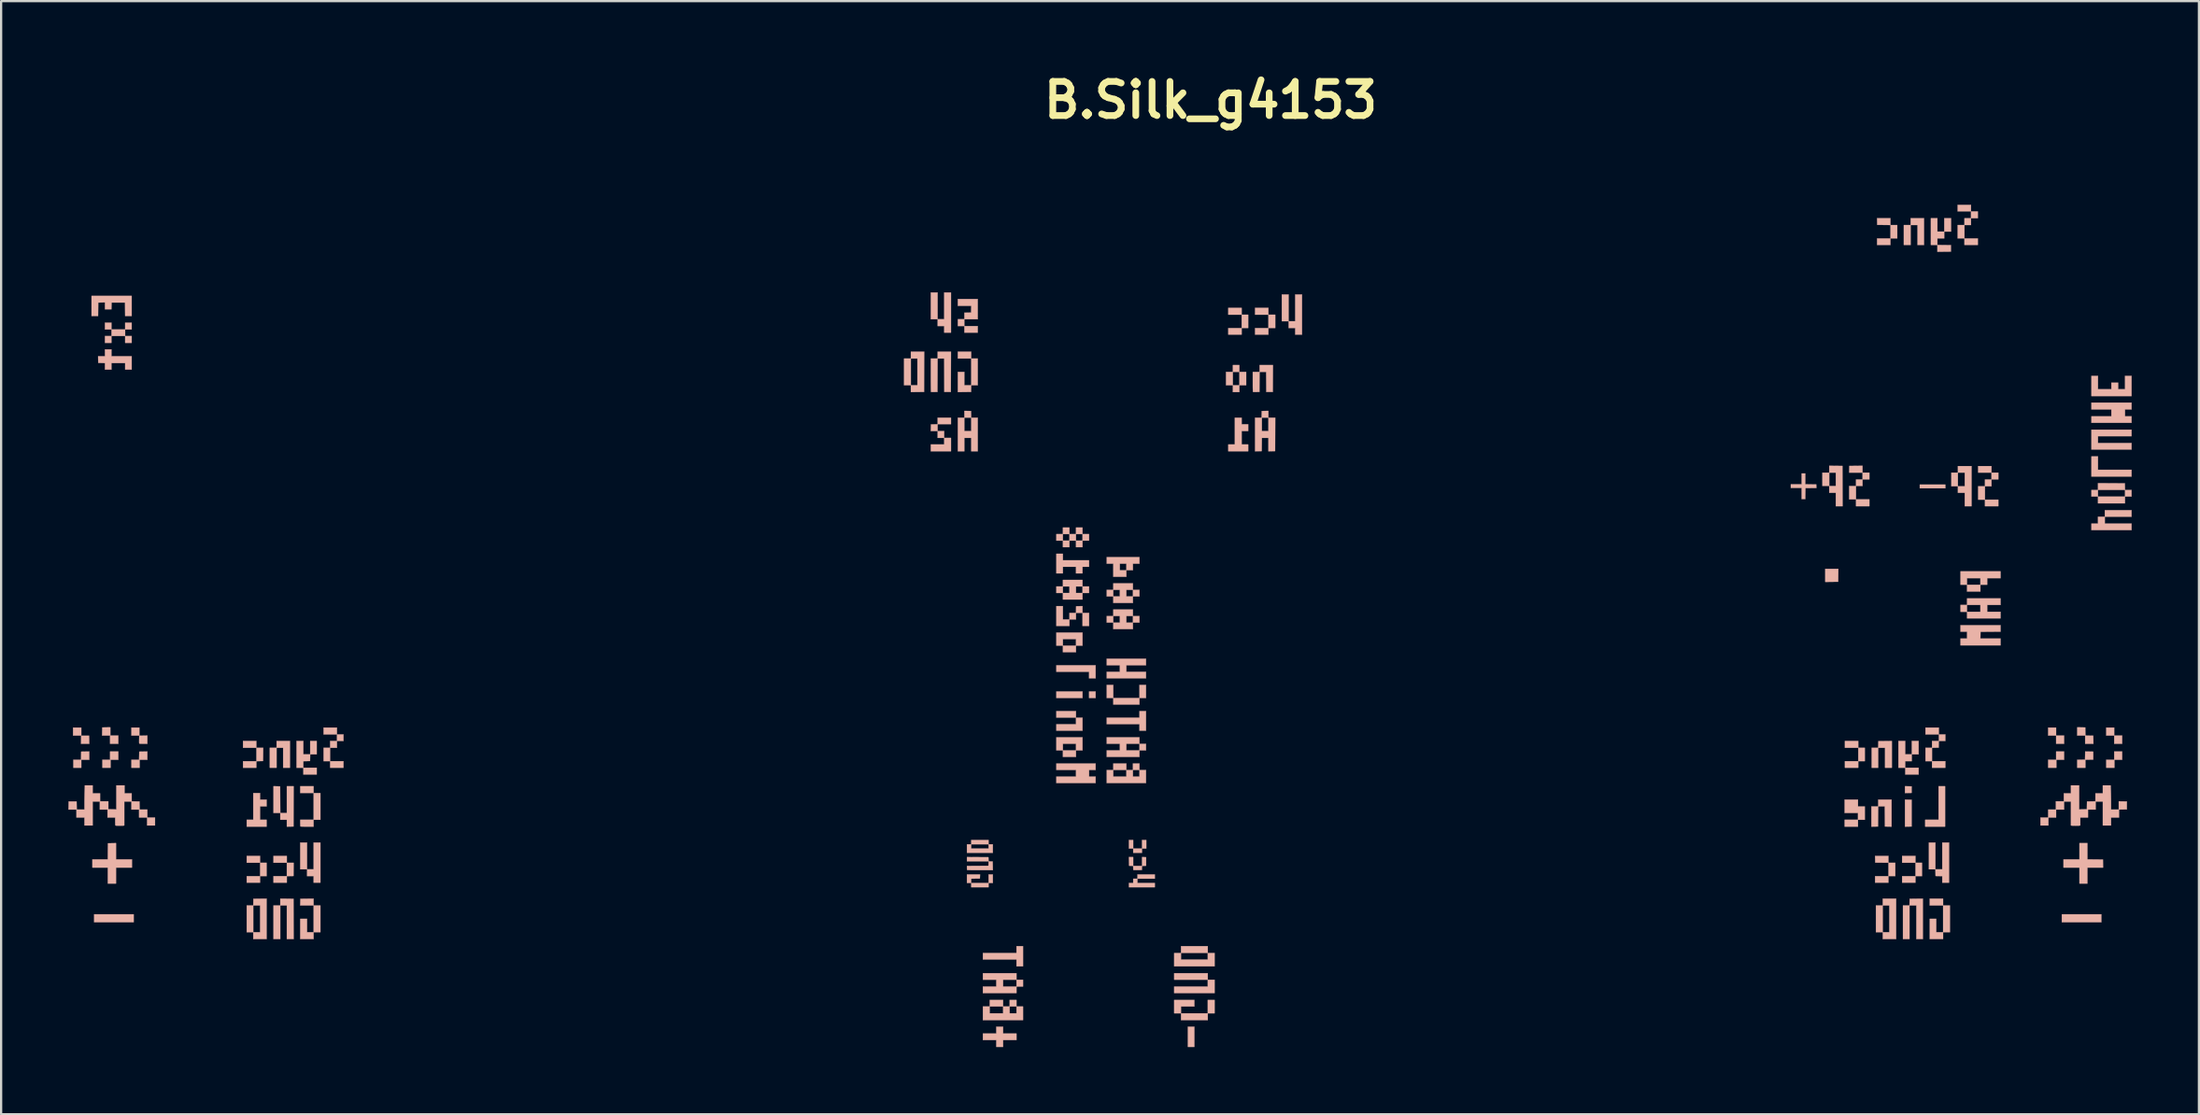
<source format=kicad_pcb>
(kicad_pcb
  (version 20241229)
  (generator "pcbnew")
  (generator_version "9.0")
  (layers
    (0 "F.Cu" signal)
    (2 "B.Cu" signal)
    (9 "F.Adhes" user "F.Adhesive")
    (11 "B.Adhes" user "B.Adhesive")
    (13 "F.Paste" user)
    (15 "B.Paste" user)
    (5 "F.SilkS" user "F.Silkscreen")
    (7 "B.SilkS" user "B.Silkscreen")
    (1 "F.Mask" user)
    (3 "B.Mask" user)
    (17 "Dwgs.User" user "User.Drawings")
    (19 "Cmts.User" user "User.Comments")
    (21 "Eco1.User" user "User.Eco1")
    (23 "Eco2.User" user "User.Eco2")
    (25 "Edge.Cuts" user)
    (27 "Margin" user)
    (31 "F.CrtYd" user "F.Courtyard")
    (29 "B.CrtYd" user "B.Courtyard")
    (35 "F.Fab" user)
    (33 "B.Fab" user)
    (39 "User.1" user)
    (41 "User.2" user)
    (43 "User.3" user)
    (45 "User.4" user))
  (footprint "B.Silk_g4153"
    (layer "F.Cu")
    (at 50.958 1.418)
    (property "Reference" "B.Silk_g4153" (at 0 0 0) (layer "F.SilkS") (effects (font (size 1.524 1.524) (thickness 0.3))))
    (attr through_hole)
    (fp_poly (pts (xy -50.381 28.359) (xy -50.749 28.359) (xy -50.749 28.003) (xy -50.381 28.003) (xy -50.381 28.359)) (stroke (width 0.01) (type solid)) (fill yes) (layer "B.SilkS"))
    (fp_poly (pts (xy -49.035 10.236) (xy -49.327 10.236) (xy -49.327 9.931) (xy -49.035 9.931) (xy -49.035 10.236)) (stroke (width 0.01) (type solid)) (fill yes) (layer "B.SilkS"))
    (fp_poly (pts (xy -49.035 10.833) (xy -49.327 10.833) (xy -49.327 10.528) (xy -49.035 10.528) (xy -49.035 10.833)) (stroke (width 0.01) (type solid)) (fill yes) (layer "B.SilkS"))
    (fp_poly (pts (xy -48.425 10.528) (xy -49.035 10.528) (xy -49.035 10.236) (xy -48.425 10.236) (xy -48.425 10.528)) (stroke (width 0.01) (type solid)) (fill yes) (layer "B.SilkS"))
    (fp_poly (pts (xy -48.133 10.236) (xy -48.425 10.236) (xy -48.425 9.931) (xy -48.133 9.931) (xy -48.133 10.236)) (stroke (width 0.01) (type solid)) (fill yes) (layer "B.SilkS"))
    (fp_poly (pts (xy -48.133 10.833) (xy -48.425 10.833) (xy -48.425 10.528) (xy -48.133 10.528) (xy -48.133 10.833)) (stroke (width 0.01) (type solid)) (fill yes) (layer "B.SilkS"))
    (fp_poly (pts (xy -48.044 36.69) (xy -49.809 36.69) (xy -49.809 36.335) (xy -48.044 36.335) (xy -48.044 36.69)) (stroke (width 0.01) (type solid)) (fill yes) (layer "B.SilkS"))
    (fp_poly (pts (xy -47.79 28.359) (xy -48.146 28.359) (xy -48.146 28.003) (xy -47.79 28.003) (xy -47.79 28.359)) (stroke (width 0.01) (type solid)) (fill yes) (layer "B.SilkS"))
    (fp_poly (pts (xy -42.57 28.905) (xy -43.167 28.905) (xy -43.167 28.6) (xy -42.57 28.6) (xy -42.57 28.905)) (stroke (width 0.01) (type solid)) (fill yes) (layer "B.SilkS"))
    (fp_poly (pts (xy -42.405 34.036) (xy -43.002 34.036) (xy -43.002 33.731) (xy -42.405 33.731) (xy -42.405 34.036)) (stroke (width 0.01) (type solid)) (fill yes) (layer "B.SilkS"))
    (fp_poly (pts (xy -42.405 34.925) (xy -43.002 34.925) (xy -43.002 34.633) (xy -42.405 34.633) (xy -42.405 34.925)) (stroke (width 0.01) (type solid)) (fill yes) (layer "B.SilkS"))
    (fp_poly (pts (xy -42.113 34.633) (xy -42.405 34.633) (xy -42.405 34.036) (xy -42.113 34.036) (xy -42.113 34.633)) (stroke (width 0.01) (type solid)) (fill yes) (layer "B.SilkS"))
    (fp_poly (pts (xy -41.669 29.794) (xy -41.974 29.794) (xy -41.974 28.905) (xy -41.669 28.905) (xy -41.669 29.794)) (stroke (width 0.01) (type solid)) (fill yes) (layer "B.SilkS"))
    (fp_poly (pts (xy -41.504 37.44) (xy -41.808 37.44) (xy -41.808 35.941) (xy -41.504 35.941) (xy -41.504 37.44)) (stroke (width 0.01) (type solid)) (fill yes) (layer "B.SilkS"))
    (fp_poly (pts (xy -41.212 34.036) (xy -41.808 34.036) (xy -41.808 33.731) (xy -41.212 33.731) (xy -41.212 34.036)) (stroke (width 0.01) (type solid)) (fill yes) (layer "B.SilkS"))
    (fp_poly (pts (xy -40.31 34.328) (xy -40.615 34.328) (xy -40.615 33.134) (xy -40.31 33.134) (xy -40.31 34.328)) (stroke (width 0.01) (type solid)) (fill yes) (layer "B.SilkS"))
    (fp_poly (pts (xy -40.018 30.924) (xy -40.615 30.924) (xy -40.615 30.62) (xy -40.018 30.62) (xy -40.018 30.924)) (stroke (width 0.01) (type solid)) (fill yes) (layer "B.SilkS"))
    (fp_poly (pts (xy -39.878 30.099) (xy -40.475 30.099) (xy -40.475 29.794) (xy -39.878 29.794) (xy -39.878 30.099)) (stroke (width 0.01) (type solid)) (fill yes) (layer "B.SilkS"))
    (fp_poly (pts (xy -39.713 32.118) (xy -40.018 32.118) (xy -40.018 30.924) (xy -39.713 30.924) (xy -39.713 32.118)) (stroke (width 0.01) (type solid)) (fill yes) (layer "B.SilkS"))
    (fp_poly (pts (xy -39.713 37.135) (xy -40.018 37.135) (xy -40.018 35.941) (xy -39.713 35.941) (xy -39.713 37.135)) (stroke (width 0.01) (type solid)) (fill yes) (layer "B.SilkS"))
    (fp_poly (pts (xy -39.281 29.502) (xy -39.573 29.502) (xy -39.573 28.905) (xy -39.281 28.905) (xy -39.281 29.502)) (stroke (width 0.01) (type solid)) (fill yes) (layer "B.SilkS"))
    (fp_poly (pts (xy -38.976 28.308) (xy -39.573 28.308) (xy -39.573 28.003) (xy -38.976 28.003) (xy -38.976 28.308)) (stroke (width 0.01) (type solid)) (fill yes) (layer "B.SilkS"))
    (fp_poly (pts (xy -38.976 28.905) (xy -39.281 28.905) (xy -39.281 28.6) (xy -38.976 28.6) (xy -38.976 28.905)) (stroke (width 0.01) (type solid)) (fill yes) (layer "B.SilkS"))
    (fp_poly (pts (xy -38.684 28.6) (xy -38.976 28.6) (xy -38.976 28.308) (xy -38.684 28.308) (xy -38.684 28.6)) (stroke (width 0.01) (type solid)) (fill yes) (layer "B.SilkS"))
    (fp_poly (pts (xy -38.684 29.794) (xy -39.281 29.794) (xy -39.281 29.502) (xy -38.684 29.502) (xy -38.684 29.794)) (stroke (width 0.01) (type solid)) (fill yes) (layer "B.SilkS"))
    (fp_poly (pts (xy -12.179 9.779) (xy -12.484 9.779) (xy -12.484 8.585) (xy -12.179 8.585) (xy -12.179 9.779)) (stroke (width 0.01) (type solid)) (fill yes) (layer "B.SilkS"))
    (fp_poly (pts (xy -11.887 15.075) (xy -12.179 15.075) (xy -12.179 14.77) (xy -11.887 14.77) (xy -11.887 15.075)) (stroke (width 0.01) (type solid)) (fill yes) (layer "B.SilkS"))
    (fp_poly (pts (xy -10.986 10.084) (xy -11.278 10.084) (xy -11.278 9.779) (xy -10.986 9.779) (xy -10.986 10.084)) (stroke (width 0.01) (type solid)) (fill yes) (layer "B.SilkS"))
    (fp_poly (pts (xy -10.681 11.532) (xy -11.278 11.532) (xy -11.278 11.227) (xy -10.681 11.227) (xy -10.681 11.532)) (stroke (width 0.01) (type solid)) (fill yes) (layer "B.SilkS"))
    (fp_poly (pts (xy -10.389 10.376) (xy -10.986 10.376) (xy -10.986 10.084) (xy -10.389 10.084) (xy -10.389 10.376)) (stroke (width 0.01) (type solid)) (fill yes) (layer "B.SilkS"))
    (fp_poly (pts (xy -9.906 35.128) (xy -10.681 35.128) (xy -10.681 34.938) (xy -9.906 34.938) (xy -9.906 35.128)) (stroke (width 0.01) (type solid)) (fill yes) (layer "B.SilkS"))
    (fp_poly (pts (xy -9.716 34.938) (xy -9.906 34.938) (xy -9.906 34.557) (xy -9.716 34.557) (xy -9.716 34.938)) (stroke (width 0.01) (type solid)) (fill yes) (layer "B.SilkS"))
    (fp_poly (pts (xy -6.007 27.559) (xy -6.883 27.559) (xy -6.883 27.267) (xy -6.007 27.267) (xy -6.007 27.559)) (stroke (width 0.01) (type solid)) (fill yes) (layer "B.SilkS"))
    (fp_poly (pts (xy -5.715 26.683) (xy -6.883 26.683) (xy -6.883 26.391) (xy -5.715 26.391) (xy -5.715 26.683)) (stroke (width 0.01) (type solid)) (fill yes) (layer "B.SilkS"))
    (fp_poly (pts (xy -5.423 23.47) (xy -5.715 23.47) (xy -5.715 22.885) (xy -5.423 22.885) (xy -5.423 23.47)) (stroke (width 0.01) (type solid)) (fill yes) (layer "B.SilkS"))
    (fp_poly (pts (xy -5.131 26.683) (xy -5.423 26.683) (xy -5.423 26.391) (xy -5.131 26.391) (xy -5.131 26.683)) (stroke (width 0.01) (type solid)) (fill yes) (layer "B.SilkS"))
    (fp_poly (pts (xy -4.343 26.683) (xy -4.636 26.683) (xy -4.636 26.099) (xy -4.343 26.099) (xy -4.343 26.683)) (stroke (width 0.01) (type solid)) (fill yes) (layer "B.SilkS"))
    (fp_poly (pts (xy -3.454 33.401) (xy -3.645 33.401) (xy -3.645 33.02) (xy -3.454 33.02) (xy -3.454 33.401)) (stroke (width 0.01) (type solid)) (fill yes) (layer "B.SilkS"))
    (fp_poly (pts (xy -3.175 26.975) (xy -4.343 26.975) (xy -4.343 26.683) (xy -3.175 26.683) (xy -3.175 26.975)) (stroke (width 0.01) (type solid)) (fill yes) (layer "B.SilkS"))
    (fp_poly (pts (xy -3.061 33.592) (xy -3.454 33.592) (xy -3.454 33.401) (xy -3.061 33.401) (xy -3.061 33.592)) (stroke (width 0.01) (type solid)) (fill yes) (layer "B.SilkS"))
    (fp_poly (pts (xy -2.883 26.683) (xy -3.175 26.683) (xy -3.175 26.099) (xy -2.883 26.099) (xy -2.883 26.683)) (stroke (width 0.01) (type solid)) (fill yes) (layer "B.SilkS"))
    (fp_poly (pts (xy -2.87 33.401) (xy -3.061 33.401) (xy -3.061 33.02) (xy -2.87 33.02) (xy -2.87 33.401)) (stroke (width 0.01) (type solid)) (fill yes) (layer "B.SilkS"))
    (fp_poly (pts (xy -2.489 34.747) (xy -3.264 34.747) (xy -3.264 34.557) (xy -2.489 34.557) (xy -2.489 34.747)) (stroke (width 0.01) (type solid)) (fill yes) (layer "B.SilkS"))
    (fp_poly (pts (xy -0.724 42.253) (xy -1.016 42.253) (xy -1.016 41.351) (xy -0.724 41.351) (xy -0.724 42.253)) (stroke (width 0.01) (type solid)) (fill yes) (layer "B.SilkS"))
    (fp_poly (pts (xy -0.127 39.256) (xy -1.626 39.256) (xy -1.626 38.964) (xy -0.127 38.964) (xy -0.127 39.256)) (stroke (width 0.01) (type solid)) (fill yes) (layer "B.SilkS"))
    (fp_poly (pts (xy -0.127 41.059) (xy -1.321 41.059) (xy -1.321 40.754) (xy -0.127 40.754) (xy -0.127 41.059)) (stroke (width 0.01) (type solid)) (fill yes) (layer "B.SilkS"))
    (fp_poly (pts (xy 0.178 40.754) (xy -0.127 40.754) (xy -0.127 40.157) (xy 0.178 40.157) (xy 0.178 40.754)) (stroke (width 0.01) (type solid)) (fill yes) (layer "B.SilkS"))
    (fp_poly (pts (xy 1.384 9.576) (xy 0.787 9.576) (xy 0.787 9.271) (xy 1.384 9.271) (xy 1.384 9.576)) (stroke (width 0.01) (type solid)) (fill yes) (layer "B.SilkS"))
    (fp_poly (pts (xy 1.384 10.465) (xy 0.787 10.465) (xy 0.787 10.173) (xy 1.384 10.173) (xy 1.384 10.465)) (stroke (width 0.01) (type solid)) (fill yes) (layer "B.SilkS"))
    (fp_poly (pts (xy 1.676 10.173) (xy 1.384 10.173) (xy 1.384 9.576) (xy 1.676 9.576) (xy 1.676 10.173)) (stroke (width 0.01) (type solid)) (fill yes) (layer "B.SilkS"))
    (fp_poly (pts (xy 2.578 9.576) (xy 1.981 9.576) (xy 1.981 9.271) (xy 2.578 9.271) (xy 2.578 9.576)) (stroke (width 0.01) (type solid)) (fill yes) (layer "B.SilkS"))
    (fp_poly (pts (xy 2.578 10.465) (xy 1.981 10.465) (xy 1.981 10.173) (xy 2.578 10.173) (xy 2.578 10.465)) (stroke (width 0.01) (type solid)) (fill yes) (layer "B.SilkS"))
    (fp_poly (pts (xy 2.883 10.173) (xy 2.578 10.173) (xy 2.578 9.576) (xy 2.883 9.576) (xy 2.883 10.173)) (stroke (width 0.01) (type solid)) (fill yes) (layer "B.SilkS"))
    (fp_poly (pts (xy 3.48 9.868) (xy 3.175 9.868) (xy 3.175 8.674) (xy 3.48 8.674) (xy 3.48 9.868)) (stroke (width 0.01) (type solid)) (fill yes) (layer "B.SilkS"))
    (fp_poly (pts (xy 27.997 21.495) (xy 27.419 21.502) (xy 27.419 20.917) (xy 28.004 20.917) (xy 27.997 21.495)) (stroke (width 0.01) (type solid)) (fill yes) (layer "B.SilkS"))
    (fp_poly (pts (xy 28.791 17.818) (xy 28.486 17.818) (xy 28.486 17.221) (xy 28.791 17.221) (xy 28.791 17.818)) (stroke (width 0.01) (type solid)) (fill yes) (layer "B.SilkS"))
    (fp_poly (pts (xy 28.88 32.423) (xy 28.283 32.423) (xy 28.283 32.118) (xy 28.88 32.118) (xy 28.88 32.423)) (stroke (width 0.01) (type solid)) (fill yes) (layer "B.SilkS"))
    (fp_poly (pts (xy 28.892 28.905) (xy 28.296 28.905) (xy 28.296 28.6) (xy 28.892 28.6) (xy 28.892 28.905)) (stroke (width 0.01) (type solid)) (fill yes) (layer "B.SilkS"))
    (fp_poly (pts (xy 28.892 29.794) (xy 28.296 29.794) (xy 28.296 29.502) (xy 28.892 29.502) (xy 28.892 29.794)) (stroke (width 0.01) (type solid)) (fill yes) (layer "B.SilkS"))
    (fp_poly (pts (xy 29.083 17.221) (xy 28.791 17.221) (xy 28.791 16.929) (xy 29.083 16.929) (xy 29.083 17.221)) (stroke (width 0.01) (type solid)) (fill yes) (layer "B.SilkS"))
    (fp_poly (pts (xy 29.185 29.502) (xy 28.892 29.502) (xy 28.892 28.905) (xy 29.185 28.905) (xy 29.185 29.502)) (stroke (width 0.01) (type solid)) (fill yes) (layer "B.SilkS"))
    (fp_poly (pts (xy 29.388 16.929) (xy 29.083 16.929) (xy 29.083 16.624) (xy 29.388 16.624) (xy 29.388 16.929)) (stroke (width 0.01) (type solid)) (fill yes) (layer "B.SilkS"))
    (fp_poly (pts (xy 29.388 18.123) (xy 28.791 18.123) (xy 28.791 17.818) (xy 29.388 17.818) (xy 29.388 18.123)) (stroke (width 0.01) (type solid)) (fill yes) (layer "B.SilkS"))
    (fp_poly (pts (xy 30.239 34.925) (xy 29.642 34.925) (xy 29.642 34.633) (xy 30.239 34.633) (xy 30.239 34.925)) (stroke (width 0.01) (type solid)) (fill yes) (layer "B.SilkS"))
    (fp_poly (pts (xy 30.328 6.464) (xy 29.731 6.464) (xy 29.731 6.172) (xy 30.328 6.172) (xy 30.328 6.464)) (stroke (width 0.01) (type solid)) (fill yes) (layer "B.SilkS"))
    (fp_poly (pts (xy 31.229 6.464) (xy 30.924 6.464) (xy 30.924 5.575) (xy 31.229 5.575) (xy 31.229 6.464)) (stroke (width 0.01) (type solid)) (fill yes) (layer "B.SilkS"))
    (fp_poly (pts (xy 31.445 34.036) (xy 30.848 34.036) (xy 30.848 33.731) (xy 31.445 33.731) (xy 31.445 34.036)) (stroke (width 0.01) (type solid)) (fill yes) (layer "B.SilkS"))
    (fp_poly (pts (xy 31.445 34.925) (xy 30.848 34.925) (xy 30.848 34.633) (xy 31.445 34.633) (xy 31.445 34.925)) (stroke (width 0.01) (type solid)) (fill yes) (layer "B.SilkS"))
    (fp_poly (pts (xy 31.585 29.197) (xy 31.28 29.197) (xy 31.28 28.6) (xy 31.585 28.6) (xy 31.585 29.197)) (stroke (width 0.01) (type solid)) (fill yes) (layer "B.SilkS"))
    (fp_poly (pts (xy 31.585 30.099) (xy 30.988 30.099) (xy 30.988 29.794) (xy 31.585 29.794) (xy 31.585 30.099)) (stroke (width 0.01) (type solid)) (fill yes) (layer "B.SilkS"))
    (fp_poly (pts (xy 31.737 34.633) (xy 31.445 34.633) (xy 31.445 34.036) (xy 31.737 34.036) (xy 31.737 34.633)) (stroke (width 0.01) (type solid)) (fill yes) (layer "B.SilkS"))
    (fp_poly (pts (xy 32.487 28.308) (xy 31.89 28.308) (xy 31.89 28.003) (xy 32.487 28.003) (xy 32.487 28.308)) (stroke (width 0.01) (type solid)) (fill yes) (layer "B.SilkS"))
    (fp_poly (pts (xy 32.677 35.941) (xy 32.08 35.941) (xy 32.08 35.636) (xy 32.677 35.636) (xy 32.677 35.941)) (stroke (width 0.01) (type solid)) (fill yes) (layer "B.SilkS"))
    (fp_poly (pts (xy 32.779 17.323) (xy 31.636 17.323) (xy 31.636 17.158) (xy 32.779 17.158) (xy 32.779 17.323)) (stroke (width 0.01) (type solid)) (fill yes) (layer "B.SilkS"))
    (fp_poly (pts (xy 32.779 29.794) (xy 32.182 29.794) (xy 32.182 29.502) (xy 32.779 29.502) (xy 32.779 29.794)) (stroke (width 0.01) (type solid)) (fill yes) (layer "B.SilkS"))
    (fp_poly (pts (xy 32.982 37.135) (xy 32.677 37.135) (xy 32.677 35.941) (xy 32.982 35.941) (xy 32.982 37.135)) (stroke (width 0.01) (type solid)) (fill yes) (layer "B.SilkS"))
    (fp_poly (pts (xy 33.033 5.867) (xy 32.728 5.867) (xy 32.728 5.271) (xy 33.033 5.271) (xy 33.033 5.867)) (stroke (width 0.01) (type solid)) (fill yes) (layer "B.SilkS"))
    (fp_poly (pts (xy 33.63 6.172) (xy 33.325 6.172) (xy 33.325 5.575) (xy 33.63 5.575) (xy 33.63 6.172)) (stroke (width 0.01) (type solid)) (fill yes) (layer "B.SilkS"))
    (fp_poly (pts (xy 33.922 4.966) (xy 33.325 4.966) (xy 33.325 4.674) (xy 33.922 4.674) (xy 33.922 4.966)) (stroke (width 0.01) (type solid)) (fill yes) (layer "B.SilkS"))
    (fp_poly (pts (xy 33.922 5.575) (xy 33.63 5.575) (xy 33.63 5.271) (xy 33.922 5.271) (xy 33.922 5.575)) (stroke (width 0.01) (type solid)) (fill yes) (layer "B.SilkS"))
    (fp_poly (pts (xy 34.227 5.271) (xy 33.922 5.271) (xy 33.922 4.966) (xy 34.227 4.966) (xy 34.227 5.271)) (stroke (width 0.01) (type solid)) (fill yes) (layer "B.SilkS"))
    (fp_poly (pts (xy 34.227 6.464) (xy 33.63 6.464) (xy 33.63 6.172) (xy 34.227 6.172) (xy 34.227 6.464)) (stroke (width 0.01) (type solid)) (fill yes) (layer "B.SilkS"))
    (fp_poly (pts (xy 34.544 17.831) (xy 34.239 17.831) (xy 34.239 17.234) (xy 34.544 17.234) (xy 34.544 17.831)) (stroke (width 0.01) (type solid)) (fill yes) (layer "B.SilkS"))
    (fp_poly (pts (xy 34.836 16.624) (xy 34.239 16.624) (xy 34.239 16.332) (xy 34.836 16.332) (xy 34.836 16.624)) (stroke (width 0.01) (type solid)) (fill yes) (layer "B.SilkS"))
    (fp_poly (pts (xy 34.836 17.234) (xy 34.544 17.234) (xy 34.544 16.929) (xy 34.836 16.929) (xy 34.836 17.234)) (stroke (width 0.01) (type solid)) (fill yes) (layer "B.SilkS"))
    (fp_poly (pts (xy 35.141 16.929) (xy 34.836 16.929) (xy 34.836 16.624) (xy 35.141 16.624) (xy 35.141 16.929)) (stroke (width 0.01) (type solid)) (fill yes) (layer "B.SilkS"))
    (fp_poly (pts (xy 35.141 18.123) (xy 34.544 18.123) (xy 34.544 17.831) (xy 35.141 17.831) (xy 35.141 18.123)) (stroke (width 0.01) (type solid)) (fill yes) (layer "B.SilkS"))
    (fp_poly (pts (xy 37.719 28.359) (xy 37.363 28.359) (xy 37.363 28.003) (xy 37.719 28.003) (xy 37.719 28.359)) (stroke (width 0.01) (type solid)) (fill yes) (layer "B.SilkS"))
    (fp_poly (pts (xy 38.075 28.727) (xy 37.719 28.727) (xy 37.719 28.359) (xy 38.075 28.359) (xy 38.075 28.727)) (stroke (width 0.01) (type solid)) (fill yes) (layer "B.SilkS"))
    (fp_poly (pts (xy 39.738 36.69) (xy 37.973 36.69) (xy 37.973 36.335) (xy 39.738 36.335) (xy 39.738 36.69)) (stroke (width 0.01) (type solid)) (fill yes) (layer "B.SilkS"))
    (fp_poly (pts (xy 40.31 28.359) (xy 39.954 28.359) (xy 39.954 28.003) (xy 40.31 28.003) (xy 40.31 28.359)) (stroke (width 0.01) (type solid)) (fill yes) (layer "B.SilkS"))
    (fp_poly (pts (xy 40.665 28.727) (xy 40.31 28.727) (xy 40.31 28.359) (xy 40.665 28.359) (xy 40.665 28.727)) (stroke (width 0.01) (type solid)) (fill yes) (layer "B.SilkS"))
    (fp_poly (pts (xy 41.084 18.593) (xy 39.891 18.593) (xy 39.891 18.301) (xy 41.084 18.301) (xy 41.084 18.593)) (stroke (width 0.01) (type solid)) (fill yes) (layer "B.SilkS"))
    (fp_poly (pts (xy -50.028 28.546) (xy -50.025 28.727) (xy -50.394 28.727) (xy -50.387 28.365) (xy -50.032 28.365) (xy -50.028 28.546)) (stroke (width 0.01) (type solid)) (fill yes) (layer "B.SilkS"))
    (fp_poly (pts (xy 31.125 30.622) (xy 31.274 30.626) (xy 31.274 30.918) (xy 30.975 30.925) (xy 30.975 30.619) (xy 31.125 30.622)) (stroke (width 0.01) (type solid)) (fill yes) (layer "B.SilkS"))
    (fp_poly (pts (xy 31.125 31.219) (xy 31.274 31.223) (xy 31.274 32.417) (xy 30.975 32.424) (xy 30.975 31.216) (xy 31.125 31.219)) (stroke (width 0.01) (type solid)) (fill yes) (layer "B.SilkS"))
    (fp_poly (pts (xy -41.669 28.6) (xy -41.072 28.6) (xy -41.072 29.794) (xy -41.377 29.794) (xy -41.377 28.905) (xy -41.669 28.905) (xy -41.669 28.6)) (stroke (width 0.01) (type solid)) (fill yes) (layer "B.SilkS"))
    (fp_poly (pts (xy -40.31 37.135) (xy -40.018 37.135) (xy -40.018 37.44) (xy -40.615 37.44) (xy -40.615 36.538) (xy -40.31 36.538) (xy -40.31 37.135)) (stroke (width 0.01) (type solid)) (fill yes) (layer "B.SilkS"))
    (fp_poly (pts (xy -40.018 35.941) (xy -40.615 35.941) (xy -40.612 35.792) (xy -40.608 35.643) (xy -40.313 35.639) (xy -40.018 35.636) (xy -40.018 35.941)) (stroke (width 0.01) (type solid)) (fill yes) (layer "B.SilkS"))
    (fp_poly (pts (xy -11.582 15.672) (xy -12.484 15.672) (xy -12.484 15.367) (xy -11.887 15.367) (xy -11.887 15.075) (xy -11.582 15.075) (xy -11.582 15.672)) (stroke (width 0.01) (type solid)) (fill yes) (layer "B.SilkS"))
    (fp_poly (pts (xy -6.591 23.177) (xy -6.299 23.177) (xy -6.299 23.47) (xy -6.883 23.47) (xy -6.883 22.581) (xy -6.591 22.581) (xy -6.591 23.177)) (stroke (width 0.01) (type solid)) (fill yes) (layer "B.SilkS"))
    (fp_poly (pts (xy -5.715 28.143) (xy -6.883 28.143) (xy -6.883 27.851) (xy -6.007 27.851) (xy -6.007 27.559) (xy -5.715 27.559) (xy -5.715 28.143)) (stroke (width 0.01) (type solid)) (fill yes) (layer "B.SilkS"))
    (fp_poly (pts (xy -5.131 25.806) (xy -5.423 25.806) (xy -5.423 25.514) (xy -6.883 25.514) (xy -6.883 25.222) (xy -5.131 25.222) (xy -5.131 25.806)) (stroke (width 0.01) (type solid)) (fill yes) (layer "B.SilkS"))
    (fp_poly (pts (xy -0.724 40.45) (xy -1.321 40.45) (xy -1.321 40.754) (xy -1.626 40.754) (xy -1.626 40.157) (xy -0.724 40.157) (xy -0.724 40.45)) (stroke (width 0.01) (type solid)) (fill yes) (layer "B.SilkS"))
    (fp_poly (pts (xy 0.178 39.853) (xy -1.626 39.853) (xy -1.626 39.56) (xy -0.127 39.56) (xy -0.127 39.256) (xy 0.178 39.256) (xy 0.178 39.853)) (stroke (width 0.01) (type solid)) (fill yes) (layer "B.SilkS"))
    (fp_poly (pts (xy 29.083 16.624) (xy 28.485 16.624) (xy 28.489 16.475) (xy 28.492 16.326) (xy 28.788 16.322) (xy 29.083 16.319) (xy 29.083 16.624)) (stroke (width 0.01) (type solid)) (fill yes) (layer "B.SilkS"))
    (fp_poly (pts (xy 31.229 5.271) (xy 31.826 5.271) (xy 31.826 6.464) (xy 31.534 6.464) (xy 31.534 5.575) (xy 31.229 5.575) (xy 31.229 5.271)) (stroke (width 0.01) (type solid)) (fill yes) (layer "B.SilkS"))
    (fp_poly (pts (xy 32.372 37.135) (xy 32.677 37.135) (xy 32.677 37.44) (xy 32.08 37.44) (xy 32.08 36.538) (xy 32.372 36.538) (xy 32.372 37.135)) (stroke (width 0.01) (type solid)) (fill yes) (layer "B.SilkS"))
    (fp_poly (pts (xy 32.766 32.423) (xy 31.877 32.423) (xy 31.877 32.118) (xy 32.474 32.118) (xy 32.474 30.62) (xy 32.766 30.62) (xy 32.766 32.423)) (stroke (width 0.01) (type solid)) (fill yes) (layer "B.SilkS"))
    (fp_poly (pts (xy 39.586 16.497) (xy 41.084 16.497) (xy 41.084 16.802) (xy 39.294 16.802) (xy 39.294 15.9) (xy 39.586 15.9) (xy 39.586 16.497)) (stroke (width 0.01) (type solid)) (fill yes) (layer "B.SilkS"))
    (fp_poly (pts (xy -41.504 35.636) (xy -41.208 35.639) (xy -40.913 35.643) (xy -40.907 37.44) (xy -41.212 37.44) (xy -41.212 35.941) (xy -41.504 35.941) (xy -41.504 35.636)) (stroke (width 0.01) (type solid)) (fill yes) (layer "B.SilkS"))
    (fp_poly (pts (xy -10.293 34.741) (xy -10.487 34.744) (xy -10.681 34.748) (xy -10.681 34.938) (xy -10.871 34.938) (xy -10.871 34.557) (xy -10.286 34.557) (xy -10.293 34.741)) (stroke (width 0.01) (type solid)) (fill yes) (layer "B.SilkS"))
    (fp_poly (pts (xy -50.025 29.439) (xy -50.381 29.439) (xy -50.381 29.794) (xy -50.736 29.794) (xy -50.736 29.439) (xy -50.394 29.439) (xy -50.387 29.077) (xy -50.025 29.07) (xy -50.025 29.439)) (stroke (width 0.01) (type solid)) (fill yes) (layer "B.SilkS"))
    (fp_poly (pts (xy -49.086 28.359) (xy -48.73 28.359) (xy -48.73 28.727) (xy -49.098 28.727) (xy -49.098 28.359) (xy -49.454 28.359) (xy -49.447 27.997) (xy -49.086 27.99) (xy -49.086 28.359)) (stroke (width 0.01) (type solid)) (fill yes) (layer "B.SilkS"))
    (fp_poly (pts (xy -48.73 29.439) (xy -49.073 29.439) (xy -49.073 29.794) (xy -49.441 29.794) (xy -49.441 29.439) (xy -49.098 29.439) (xy -49.098 29.07) (xy -48.73 29.07) (xy -48.73 29.439)) (stroke (width 0.01) (type solid)) (fill yes) (layer "B.SilkS"))
    (fp_poly (pts (xy -47.434 29.439) (xy -47.777 29.439) (xy -47.777 29.794) (xy -48.146 29.794) (xy -48.146 29.439) (xy -47.803 29.439) (xy -47.796 29.077) (xy -47.434 29.07) (xy -47.434 29.439)) (stroke (width 0.01) (type solid)) (fill yes) (layer "B.SilkS"))
    (fp_poly (pts (xy -42.272 29.496) (xy -42.57 29.503) (xy -42.57 29.794) (xy -43.167 29.794) (xy -43.167 29.502) (xy -42.57 29.502) (xy -42.57 28.905) (xy -42.265 28.905) (xy -42.272 29.496)) (stroke (width 0.01) (type solid)) (fill yes) (layer "B.SilkS"))
    (fp_poly (pts (xy -40.913 34.627) (xy -41.212 34.634) (xy -41.212 34.925) (xy -41.808 34.925) (xy -41.808 34.633) (xy -41.212 34.633) (xy -41.212 34.036) (xy -40.906 34.036) (xy -40.913 34.627)) (stroke (width 0.01) (type solid)) (fill yes) (layer "B.SilkS"))
    (fp_poly (pts (xy -39.713 34.925) (xy -40.018 34.925) (xy -40.018 34.633) (xy -40.31 34.633) (xy -40.31 34.328) (xy -40.018 34.328) (xy -40.018 33.134) (xy -39.713 33.134) (xy -39.713 34.925)) (stroke (width 0.01) (type solid)) (fill yes) (layer "B.SilkS"))
    (fp_poly (pts (xy -11.582 10.376) (xy -11.887 10.376) (xy -11.887 10.084) (xy -12.179 10.084) (xy -12.179 9.779) (xy -11.887 9.779) (xy -11.887 8.585) (xy -11.582 8.585) (xy -11.582 10.376)) (stroke (width 0.01) (type solid)) (fill yes) (layer "B.SilkS"))
    (fp_poly (pts (xy -10.389 9.779) (xy -10.986 9.779) (xy -10.986 9.488) (xy -10.687 9.481) (xy -10.68 9.182) (xy -11.278 9.182) (xy -11.278 8.877) (xy -10.389 8.877) (xy -10.389 9.779)) (stroke (width 0.01) (type solid)) (fill yes) (layer "B.SilkS"))
    (fp_poly (pts (xy -8.369 38.659) (xy -8.661 38.659) (xy -8.661 38.354) (xy -10.16 38.354) (xy -10.16 38.062) (xy -8.661 38.062) (xy -8.661 37.757) (xy -8.369 37.757) (xy -8.369 38.659)) (stroke (width 0.01) (type solid)) (fill yes) (layer "B.SilkS"))
    (fp_poly (pts (xy -3.264 34.938) (xy -2.489 34.938) (xy -2.489 35.128) (xy -3.645 35.128) (xy -3.645 34.938) (xy -3.454 34.938) (xy -3.454 34.747) (xy -3.264 34.747) (xy -3.264 34.938)) (stroke (width 0.01) (type solid)) (fill yes) (layer "B.SilkS"))
    (fp_poly (pts (xy -2.883 28.143) (xy -3.175 28.143) (xy -3.175 27.851) (xy -4.636 27.851) (xy -4.636 27.559) (xy -3.175 27.559) (xy -3.175 27.267) (xy -2.883 27.267) (xy -2.883 28.143)) (stroke (width 0.01) (type solid)) (fill yes) (layer "B.SilkS"))
    (fp_poly (pts (xy 4.077 10.465) (xy 3.772 10.465) (xy 3.772 10.173) (xy 3.48 10.173) (xy 3.48 9.868) (xy 3.772 9.868) (xy 3.772 8.674) (xy 4.077 8.674) (xy 4.077 10.465)) (stroke (width 0.01) (type solid)) (fill yes) (layer "B.SilkS"))
    (fp_poly (pts (xy 28.88 31.521) (xy 29.185 31.521) (xy 29.185 32.118) (xy 28.88 32.118) (xy 28.88 31.814) (xy 28.283 31.814) (xy 28.283 31.217) (xy 28.88 31.217) (xy 28.88 31.521)) (stroke (width 0.01) (type solid)) (fill yes) (layer "B.SilkS"))
    (fp_poly (pts (xy 30.988 29.197) (xy 31.28 29.197) (xy 31.28 29.502) (xy 30.988 29.502) (xy 30.988 29.794) (xy 30.683 29.794) (xy 30.683 28.6) (xy 30.988 28.6) (xy 30.988 29.197)) (stroke (width 0.01) (type solid)) (fill yes) (layer "B.SilkS"))
    (fp_poly (pts (xy 38.075 29.439) (xy 37.732 29.439) (xy 37.732 29.794) (xy 37.363 29.794) (xy 37.363 29.439) (xy 37.719 29.439) (xy 37.719 29.07) (xy 38.075 29.07) (xy 38.075 29.439)) (stroke (width 0.01) (type solid)) (fill yes) (layer "B.SilkS"))
    (fp_poly (pts (xy 39.891 18.898) (xy 41.084 18.898) (xy 41.084 19.19) (xy 39.294 19.19) (xy 39.294 18.898) (xy 39.586 18.898) (xy 39.586 18.593) (xy 39.891 18.593) (xy 39.891 18.898)) (stroke (width 0.01) (type solid)) (fill yes) (layer "B.SilkS"))
    (fp_poly (pts (xy 40.665 29.439) (xy 40.322 29.439) (xy 40.322 29.794) (xy 39.954 29.794) (xy 39.954 29.439) (xy 40.31 29.439) (xy 40.31 29.07) (xy 40.665 29.07) (xy 40.665 29.439)) (stroke (width 0.01) (type solid)) (fill yes) (layer "B.SilkS"))
    (fp_poly (pts (xy 41.084 14.999) (xy 39.586 14.999) (xy 39.586 15.303) (xy 41.084 15.303) (xy 41.084 15.596) (xy 39.294 15.596) (xy 39.294 14.707) (xy 41.084 14.707) (xy 41.084 14.999)) (stroke (width 0.01) (type solid)) (fill yes) (layer "B.SilkS"))
    (fp_poly (pts (xy -5.715 22.885) (xy -6.007 22.885) (xy -6.007 23.177) (xy -6.299 23.177) (xy -6.299 22.885) (xy -6.008 22.885) (xy -6.004 22.736) (xy -6.001 22.587) (xy -5.715 22.58) (xy -5.715 22.885)) (stroke (width 0.01) (type solid)) (fill yes) (layer "B.SilkS"))
    (fp_poly (pts (xy 30.239 34.036) (xy 30.544 34.036) (xy 30.544 34.633) (xy 30.239 34.633) (xy 30.239 34.036) (xy 29.648 34.03) (xy 29.645 33.88) (xy 29.641 33.731) (xy 30.239 33.731) (xy 30.239 34.036)) (stroke (width 0.01) (type solid)) (fill yes) (layer "B.SilkS"))
    (fp_poly (pts (xy 30.328 5.575) (xy 30.632 5.575) (xy 30.632 6.172) (xy 30.328 6.172) (xy 30.328 5.576) (xy 29.737 5.569) (xy 29.733 5.42) (xy 29.73 5.271) (xy 30.328 5.271) (xy 30.328 5.575)) (stroke (width 0.01) (type solid)) (fill yes) (layer "B.SilkS"))
    (fp_poly (pts (xy -11.582 14.465) (xy -12.179 14.465) (xy -12.179 14.77) (xy -12.485 14.77) (xy -12.481 14.621) (xy -12.478 14.472) (xy -12.329 14.468) (xy -12.179 14.464) (xy -12.179 14.173) (xy -11.582 14.173) (xy -11.582 14.465)) (stroke (width 0.01) (type solid)) (fill yes) (layer "B.SilkS"))
    (fp_poly (pts (xy -10.389 12.725) (xy -10.68 12.725) (xy -10.687 13.024) (xy -11.278 13.031) (xy -11.278 12.129) (xy -10.986 12.129) (xy -10.986 12.725) (xy -10.681 12.725) (xy -10.681 11.532) (xy -10.389 11.532) (xy -10.389 12.725)) (stroke (width 0.01) (type solid)) (fill yes) (layer "B.SilkS"))
    (fp_poly (pts (xy 39.196 29.073) (xy 39.376 29.077) (xy 39.376 29.432) (xy 39.027 29.439) (xy 39.027 29.794) (xy 38.659 29.794) (xy 38.659 29.439) (xy 39.008 29.432) (xy 39.012 29.251) (xy 39.015 29.07) (xy 39.196 29.073)) (stroke (width 0.01) (type solid)) (fill yes) (layer "B.SilkS"))
    (fp_poly (pts (xy 30.378 32.424) (xy 30.08 32.417) (xy 30.077 31.969) (xy 30.073 31.521) (xy 29.782 31.521) (xy 29.775 32.417) (xy 29.477 32.424) (xy 29.477 31.521) (xy 29.782 31.521) (xy 29.782 31.217) (xy 30.378 31.217) (xy 30.378 32.424)) (stroke (width 0.01) (type solid)) (fill yes) (layer "B.SilkS"))
    (fp_poly (pts (xy 30.391 29.794) (xy 30.086 29.794) (xy 30.086 28.905) (xy 29.782 28.905) (xy 29.782 29.794) (xy 29.489 29.794) (xy 29.489 28.905) (xy 29.781 28.905) (xy 29.784 28.756) (xy 29.788 28.607) (xy 30.391 28.6) (xy 30.391 29.794)) (stroke (width 0.01) (type solid)) (fill yes) (layer "B.SilkS"))
    (fp_poly (pts (xy 39.021 27.997) (xy 39.024 28.178) (xy 39.028 28.358) (xy 39.202 28.362) (xy 39.376 28.365) (xy 39.38 28.546) (xy 39.383 28.727) (xy 39.014 28.727) (xy 39.014 28.359) (xy 38.659 28.359) (xy 38.659 27.99) (xy 39.021 27.997)) (stroke (width 0.01) (type solid)) (fill yes) (layer "B.SilkS"))
    (fp_poly (pts (xy -42.405 31.217) (xy -42.113 31.217) (xy -42.113 31.521) (xy -42.405 31.521) (xy -42.405 32.118) (xy -42.113 32.118) (xy -42.113 32.423) (xy -43.002 32.423) (xy -43.002 32.118) (xy -42.71 32.118) (xy -42.71 30.924) (xy -42.405 30.924) (xy -42.405 31.217)) (stroke (width 0.01) (type solid)) (fill yes) (layer "B.SilkS"))
    (fp_poly (pts (xy -40.475 29.197) (xy -40.17 29.197) (xy -40.17 28.6) (xy -39.878 28.6) (xy -39.878 29.197) (xy -40.169 29.197) (xy -40.176 29.496) (xy -40.475 29.503) (xy -40.475 29.794) (xy -40.78 29.794) (xy -40.78 28.6) (xy -40.475 28.6) (xy -40.475 29.197)) (stroke (width 0.01) (type solid)) (fill yes) (layer "B.SilkS"))
    (fp_poly (pts (xy -12.783 13.024) (xy -13.373 13.031) (xy -13.373 12.725) (xy -13.678 12.725) (xy -13.678 11.532) (xy -13.373 11.532) (xy -13.373 12.725) (xy -13.081 12.725) (xy -13.081 11.532) (xy -13.373 11.532) (xy -13.373 11.227) (xy -12.776 11.227) (xy -12.783 13.024)) (stroke (width 0.01) (type solid)) (fill yes) (layer "B.SilkS"))
    (fp_poly (pts (xy -9.716 33.211) (xy -9.716 33.592) (xy -10.871 33.592) (xy -10.871 33.211) (xy -10.681 33.211) (xy -10.681 33.401) (xy -9.906 33.401) (xy -9.906 33.211) (xy -10.681 33.211) (xy -10.681 33.02) (xy -9.906 33.02) (xy -9.906 33.211) (xy -9.716 33.211)) (stroke (width 0.01) (type solid)) (fill yes) (layer "B.SilkS"))
    (fp_poly (pts (xy -9.258 41.656) (xy -8.661 41.656) (xy -8.661 41.948) (xy -9.258 41.948) (xy -9.258 42.253) (xy -9.563 42.253) (xy -9.563 41.948) (xy -10.16 41.948) (xy -10.16 41.656) (xy -9.563 41.656) (xy -9.563 41.351) (xy -9.258 41.351) (xy -9.258 41.656)) (stroke (width 0.01) (type solid)) (fill yes) (layer "B.SilkS"))
    (fp_poly (pts (xy -6.591 20.536) (xy -5.423 20.536) (xy -5.423 20.828) (xy -5.715 20.828) (xy -5.715 21.12) (xy -6.007 21.12) (xy -6.007 20.828) (xy -6.591 20.828) (xy -6.591 21.12) (xy -6.883 21.12) (xy -6.883 20.244) (xy -6.591 20.244) (xy -6.591 20.536)) (stroke (width 0.01) (type solid)) (fill yes) (layer "B.SilkS"))
    (fp_poly (pts (xy -5.131 29.896) (xy -5.423 29.896) (xy -5.423 30.188) (xy -5.131 30.188) (xy -5.131 30.48) (xy -6.883 30.48) (xy -6.883 30.188) (xy -6.007 30.188) (xy -6.007 29.896) (xy -6.883 29.896) (xy -6.883 29.604) (xy -5.131 29.604) (xy -5.131 29.896)) (stroke (width 0.01) (type solid)) (fill yes) (layer "B.SilkS"))
    (fp_poly (pts (xy -2.883 25.222) (xy -3.759 25.222) (xy -3.759 25.514) (xy -2.883 25.514) (xy -2.883 25.806) (xy -4.636 25.806) (xy -4.636 25.514) (xy -4.051 25.514) (xy -4.051 25.222) (xy -4.636 25.222) (xy -4.636 24.93) (xy -2.883 24.93) (xy -2.883 25.222)) (stroke (width 0.01) (type solid)) (fill yes) (layer "B.SilkS"))
    (fp_poly (pts (xy 0.178 38.062) (xy 0.178 38.659) (xy -1.626 38.659) (xy -1.626 38.062) (xy -1.321 38.062) (xy -1.321 38.354) (xy -0.127 38.354) (xy -0.127 38.062) (xy -1.321 38.062) (xy -1.321 37.757) (xy -0.127 37.757) (xy -0.127 38.062) (xy 0.178 38.062)) (stroke (width 0.01) (type solid)) (fill yes) (layer "B.SilkS"))
    (fp_poly (pts (xy 1.384 14.465) (xy 1.676 14.465) (xy 1.676 14.77) (xy 1.384 14.77) (xy 1.384 15.367) (xy 1.676 15.367) (xy 1.676 15.672) (xy 0.787 15.672) (xy 0.787 15.367) (xy 1.079 15.367) (xy 1.079 14.173) (xy 1.384 14.173) (xy 1.384 14.465)) (stroke (width 0.01) (type solid)) (fill yes) (layer "B.SilkS"))
    (fp_poly (pts (xy 30.582 37.44) (xy 29.985 37.44) (xy 29.985 37.135) (xy 29.68 37.135) (xy 29.68 35.941) (xy 29.985 35.941) (xy 29.985 37.135) (xy 30.277 37.135) (xy 30.277 35.941) (xy 29.985 35.941) (xy 29.985 35.636) (xy 30.582 35.636) (xy 30.582 37.44)) (stroke (width 0.01) (type solid)) (fill yes) (layer "B.SilkS"))
    (fp_poly (pts (xy 31.775 37.44) (xy 31.483 37.44) (xy 31.483 35.941) (xy 31.178 35.941) (xy 31.178 37.44) (xy 30.886 37.44) (xy 30.886 35.941) (xy 31.178 35.941) (xy 31.181 35.792) (xy 31.185 35.643) (xy 31.48 35.639) (xy 31.775 35.636) (xy 31.775 37.44)) (stroke (width 0.01) (type solid)) (fill yes) (layer "B.SilkS"))
    (fp_poly (pts (xy 32.779 28.6) (xy 32.487 28.6) (xy 32.48 28.899) (xy 32.182 28.906) (xy 32.182 29.502) (xy 31.89 29.502) (xy 31.89 28.905) (xy 32.182 28.905) (xy 32.182 28.6) (xy 32.487 28.6) (xy 32.487 28.308) (xy 32.779 28.308) (xy 32.779 28.6)) (stroke (width 0.01) (type solid)) (fill yes) (layer "B.SilkS"))
    (fp_poly (pts (xy 39.586 12.903) (xy 40.183 12.903) (xy 40.183 12.611) (xy 40.488 12.611) (xy 40.488 12.903) (xy 40.792 12.903) (xy 40.792 12.306) (xy 41.084 12.306) (xy 41.084 13.208) (xy 39.294 13.208) (xy 39.294 12.306) (xy 39.586 12.306) (xy 39.586 12.903)) (stroke (width 0.01) (type solid)) (fill yes) (layer "B.SilkS"))
    (fp_poly (pts (xy 41.084 13.805) (xy 40.792 13.805) (xy 40.792 14.11) (xy 41.084 14.11) (xy 41.084 14.402) (xy 39.294 14.402) (xy 39.294 14.11) (xy 40.183 14.11) (xy 40.183 13.805) (xy 39.294 13.805) (xy 39.294 13.5) (xy 41.084 13.5) (xy 41.084 13.805)) (stroke (width 0.01) (type solid)) (fill yes) (layer "B.SilkS"))
    (fp_poly (pts (xy 32.334 34.328) (xy 32.639 34.328) (xy 32.639 33.134) (xy 32.944 33.134) (xy 32.944 34.925) (xy 32.639 34.925) (xy 32.639 34.634) (xy 32.341 34.627) (xy 32.337 34.477) (xy 32.333 34.328) (xy 32.042 34.328) (xy 32.042 33.134) (xy 32.334 33.134) (xy 32.334 34.328)) (stroke (width 0.01) (type solid)) (fill yes) (layer "B.SilkS"))
    (fp_poly (pts (xy 32.423 5.867) (xy 32.728 5.867) (xy 32.728 6.172) (xy 32.423 6.172) (xy 32.423 6.464) (xy 33.026 6.471) (xy 33.026 6.763) (xy 32.725 6.766) (xy 32.423 6.77) (xy 32.423 6.464) (xy 32.131 6.464) (xy 32.131 5.271) (xy 32.423 5.271) (xy 32.423 5.867)) (stroke (width 0.01) (type solid)) (fill yes) (layer "B.SilkS"))
    (fp_poly (pts (xy -47.434 28.727) (xy -47.613 28.727) (xy -47.688 28.727) (xy -47.742 28.725) (xy -47.775 28.721) (xy -47.793 28.715) (xy -47.797 28.711) (xy -47.799 28.692) (xy -47.801 28.654) (xy -47.801 28.601) (xy -47.8 28.539) (xy -47.8 28.53) (xy -47.796 28.365) (xy -47.434 28.358) (xy -47.434 28.727)) (stroke (width 0.01) (type solid)) (fill yes) (layer "B.SilkS"))
    (fp_poly (pts (xy -41.659 30.622) (xy -41.51 30.626) (xy -41.507 31.22) (xy -41.503 31.814) (xy -41.212 31.814) (xy -41.212 30.62) (xy -40.907 30.62) (xy -40.913 32.417) (xy -41.212 32.424) (xy -41.212 32.118) (xy -41.504 32.118) (xy -41.504 31.814) (xy -41.808 31.814) (xy -41.808 30.619) (xy -41.659 30.622)) (stroke (width 0.01) (type solid)) (fill yes) (layer "B.SilkS"))
    (fp_poly (pts (xy -40.018 32.423) (xy -40.308 32.423) (xy -40.391 32.423) (xy -40.466 32.422) (xy -40.528 32.42) (xy -40.575 32.418) (xy -40.601 32.416) (xy -40.606 32.415) (xy -40.61 32.399) (xy -40.612 32.364) (xy -40.614 32.314) (xy -40.615 32.262) (xy -40.615 32.118) (xy -40.018 32.118) (xy -40.018 32.423)) (stroke (width 0.01) (type solid)) (fill yes) (layer "B.SilkS"))
    (fp_poly (pts (xy 33.947 18.123) (xy 33.642 18.123) (xy 33.642 17.526) (xy 33.337 17.526) (xy 33.337 17.234) (xy 33.045 17.234) (xy 33.045 16.624) (xy 33.337 16.624) (xy 33.337 17.234) (xy 33.642 17.234) (xy 33.642 16.624) (xy 33.337 16.624) (xy 33.337 16.332) (xy 33.947 16.332) (xy 33.947 18.123)) (stroke (width 0.01) (type solid)) (fill yes) (layer "B.SilkS"))
    (fp_poly (pts (xy 35.242 23.723) (xy 34.795 23.727) (xy 34.347 23.73) (xy 34.344 23.879) (xy 34.34 24.028) (xy 35.242 24.028) (xy 35.242 24.333) (xy 33.452 24.333) (xy 33.452 24.028) (xy 33.744 24.028) (xy 33.744 23.724) (xy 33.452 23.724) (xy 33.452 23.431) (xy 35.242 23.431) (xy 35.242 23.723)) (stroke (width 0.01) (type solid)) (fill yes) (layer "B.SilkS"))
    (fp_poly (pts (xy 39.116 33.883) (xy 39.462 33.887) (xy 39.808 33.89) (xy 39.812 34.071) (xy 39.815 34.252) (xy 39.116 34.252) (xy 39.116 34.963) (xy 38.76 34.963) (xy 38.76 34.252) (xy 38.049 34.252) (xy 38.049 33.884) (xy 38.76 33.884) (xy 38.76 33.16) (xy 39.116 33.16) (xy 39.116 33.883)) (stroke (width 0.01) (type solid)) (fill yes) (layer "B.SilkS"))
    (fp_poly (pts (xy -49.035 11.43) (xy -48.133 11.43) (xy -48.133 12.027) (xy -48.425 12.027) (xy -48.425 11.735) (xy -49.035 11.735) (xy -49.035 12.027) (xy -49.327 12.027) (xy -49.327 11.736) (xy -49.625 11.728) (xy -49.629 11.579) (xy -49.632 11.43) (xy -49.327 11.43) (xy -49.327 11.125) (xy -49.035 11.125) (xy -49.035 11.43)) (stroke (width 0.01) (type solid)) (fill yes) (layer "B.SilkS"))
    (fp_poly (pts (xy -48.133 9.639) (xy -48.425 9.639) (xy -48.428 9.338) (xy -48.431 9.036) (xy -49.028 9.036) (xy -49.032 9.185) (xy -49.036 9.335) (xy -49.327 9.335) (xy -49.327 9.029) (xy -49.476 9.032) (xy -49.625 9.036) (xy -49.632 9.639) (xy -49.924 9.639) (xy -49.924 8.738) (xy -48.133 8.738) (xy -48.133 9.639)) (stroke (width 0.01) (type solid)) (fill yes) (layer "B.SilkS"))
    (fp_poly (pts (xy -5.715 24.346) (xy -6.007 24.346) (xy -6.007 24.638) (xy -6.591 24.638) (xy -6.591 24.346) (xy -6.883 24.346) (xy -6.883 24.054) (xy -6.591 24.054) (xy -6.591 24.346) (xy -6.007 24.346) (xy -6.007 24.054) (xy -6.591 24.054) (xy -6.883 24.054) (xy -6.883 23.762) (xy -5.715 23.762) (xy -5.715 24.346)) (stroke (width 0.01) (type solid)) (fill yes) (layer "B.SilkS"))
    (fp_poly (pts (xy -5.715 29.02) (xy -6.007 29.02) (xy -6.007 29.312) (xy -6.591 29.312) (xy -6.591 29.02) (xy -6.883 29.02) (xy -6.883 28.727) (xy -6.591 28.727) (xy -6.591 29.02) (xy -6.007 29.02) (xy -6.007 28.727) (xy -6.591 28.727) (xy -6.883 28.727) (xy -6.883 28.435) (xy -5.715 28.435) (xy -5.715 29.02)) (stroke (width 0.01) (type solid)) (fill yes) (layer "B.SilkS"))
    (fp_poly (pts (xy 27.892 16.322) (xy 28.188 16.326) (xy 28.194 18.123) (xy 27.889 18.123) (xy 27.889 17.526) (xy 27.597 17.526) (xy 27.597 17.221) (xy 27.292 17.221) (xy 27.292 16.624) (xy 27.597 16.624) (xy 27.597 17.221) (xy 27.889 17.221) (xy 27.889 16.624) (xy 27.597 16.624) (xy 27.597 16.319) (xy 27.892 16.322)) (stroke (width 0.01) (type solid)) (fill yes) (layer "B.SilkS"))
    (fp_poly (pts (xy -42.113 37.44) (xy -42.71 37.44) (xy -42.71 37.135) (xy -43.002 37.135) (xy -43.002 35.941) (xy -42.711 35.941) (xy -42.71 35.941) (xy -42.71 37.135) (xy -42.405 37.135) (xy -42.405 35.941) (xy -42.71 35.941) (xy -42.711 35.941) (xy -42.707 35.792) (xy -42.704 35.643) (xy -42.408 35.639) (xy -42.113 35.636) (xy -42.113 37.44)) (stroke (width 0.01) (type solid)) (fill yes) (layer "B.SilkS"))
    (fp_poly (pts (xy -3.175 20.688) (xy -3.467 20.688) (xy -3.467 20.98) (xy -3.759 20.98) (xy -3.759 21.273) (xy -4.343 21.273) (xy -4.343 20.688) (xy -4.051 20.688) (xy -4.051 20.98) (xy -3.759 20.98) (xy -3.759 20.688) (xy -4.051 20.688) (xy -4.343 20.688) (xy -4.636 20.688) (xy -4.636 20.396) (xy -3.175 20.396) (xy -3.175 20.688)) (stroke (width 0.01) (type solid)) (fill yes) (layer "B.SilkS"))
    (fp_poly (pts (xy 1.587 12.129) (xy 1.587 12.725) (xy 1.283 12.725) (xy 1.283 13.03) (xy 0.991 13.03) (xy 0.991 12.725) (xy 0.686 12.725) (xy 0.686 12.129) (xy 0.991 12.129) (xy 0.991 12.725) (xy 1.283 12.725) (xy 1.283 12.129) (xy 0.991 12.129) (xy 0.991 11.824) (xy 1.283 11.824) (xy 1.283 12.129) (xy 1.587 12.129)) (stroke (width 0.01) (type solid)) (fill yes) (layer "B.SilkS"))
    (fp_poly (pts (xy 26.53 17.144) (xy 26.775 17.148) (xy 27.019 17.151) (xy 27.023 17.23) (xy 27.027 17.31) (xy 26.782 17.313) (xy 26.537 17.316) (xy 26.533 17.561) (xy 26.53 17.805) (xy 26.365 17.805) (xy 26.365 17.31) (xy 25.883 17.31) (xy 25.883 17.145) (xy 26.365 17.145) (xy 26.365 16.662) (xy 26.53 16.662) (xy 26.53 17.144)) (stroke (width 0.01) (type solid)) (fill yes) (layer "B.SilkS"))
    (fp_poly (pts (xy 35.242 22.53) (xy 34.646 22.53) (xy 34.646 22.835) (xy 35.242 22.835) (xy 35.242 23.127) (xy 33.744 23.127) (xy 33.744 22.835) (xy 33.452 22.835) (xy 33.452 22.53) (xy 33.744 22.53) (xy 33.744 22.835) (xy 34.341 22.835) (xy 34.341 22.53) (xy 33.744 22.53) (xy 33.744 22.238) (xy 35.242 22.238) (xy 35.242 22.53)) (stroke (width 0.01) (type solid)) (fill yes) (layer "B.SilkS"))
    (fp_poly (pts (xy -48.831 33.884) (xy -48.12 33.884) (xy -48.12 34.252) (xy -48.831 34.252) (xy -48.831 34.963) (xy -49.2 34.963) (xy -49.2 34.252) (xy -49.886 34.252) (xy -49.886 33.884) (xy -49.2 33.884) (xy -49.199 33.709) (xy -49.199 33.625) (xy -49.198 33.528) (xy -49.197 33.431) (xy -49.196 33.35) (xy -49.193 33.166) (xy -48.831 33.159) (xy -48.831 33.884)) (stroke (width 0.01) (type solid)) (fill yes) (layer "B.SilkS"))
    (fp_poly (pts (xy -10.836 13.871) (xy -10.687 13.875) (xy -10.68 14.173) (xy -10.389 14.173) (xy -10.389 15.672) (xy -10.681 15.672) (xy -10.681 15.075) (xy -10.986 15.075) (xy -10.986 15.672) (xy -11.278 15.672) (xy -11.278 14.173) (xy -10.986 14.173) (xy -10.986 14.77) (xy -10.681 14.77) (xy -10.681 14.173) (xy -10.986 14.173) (xy -10.986 13.868) (xy -10.836 13.871)) (stroke (width 0.01) (type solid)) (fill yes) (layer "B.SilkS"))
    (fp_poly (pts (xy 35.242 21.336) (xy 34.646 21.336) (xy 34.646 21.628) (xy 34.341 21.628) (xy 34.341 21.933) (xy 33.744 21.933) (xy 33.744 21.628) (xy 33.452 21.628) (xy 33.452 21.336) (xy 33.744 21.336) (xy 33.744 21.628) (xy 34.341 21.628) (xy 34.341 21.336) (xy 33.744 21.336) (xy 33.452 21.336) (xy 33.452 21.031) (xy 35.242 21.031) (xy 35.242 21.336)) (stroke (width 0.01) (type solid)) (fill yes) (layer "B.SilkS"))
    (fp_poly (pts (xy 40.186 17.097) (xy 40.786 17.101) (xy 40.793 17.399) (xy 41.084 17.399) (xy 41.084 17.691) (xy 40.792 17.691) (xy 40.792 17.996) (xy 39.586 17.996) (xy 39.586 17.691) (xy 39.294 17.691) (xy 39.294 17.399) (xy 39.586 17.399) (xy 39.586 17.691) (xy 40.792 17.691) (xy 40.792 17.399) (xy 39.586 17.399) (xy 39.586 17.094) (xy 40.186 17.097)) (stroke (width 0.01) (type solid)) (fill yes) (layer "B.SilkS"))
    (fp_poly (pts (xy -8.369 39.256) (xy -8.369 39.56) (xy -8.661 39.56) (xy -8.661 39.853) (xy -10.16 39.853) (xy -10.16 39.56) (xy -9.563 39.56) (xy -9.563 39.256) (xy -9.258 39.256) (xy -9.258 39.56) (xy -8.661 39.56) (xy -8.661 39.256) (xy -9.258 39.256) (xy -9.563 39.256) (xy -10.16 39.256) (xy -10.16 38.964) (xy -8.661 38.964) (xy -8.661 39.256) (xy -8.369 39.256)) (stroke (width 0.01) (type solid)) (fill yes) (layer "B.SilkS"))
    (fp_poly (pts (xy -2.883 28.727) (xy -2.883 29.02) (xy -3.175 29.02) (xy -3.175 29.312) (xy -4.636 29.312) (xy -4.636 29.02) (xy -4.051 29.02) (xy -4.051 28.727) (xy -3.759 28.727) (xy -3.759 29.02) (xy -3.175 29.02) (xy -3.175 28.727) (xy -3.759 28.727) (xy -4.051 28.727) (xy -4.636 28.727) (xy -4.636 28.435) (xy -3.175 28.435) (xy -3.175 28.727) (xy -2.883 28.727)) (stroke (width 0.01) (type solid)) (fill yes) (layer "B.SilkS"))
    (fp_poly (pts (xy -8.369 40.45) (xy -8.369 41.059) (xy -10.16 41.059) (xy -10.16 40.45) (xy -9.855 40.45) (xy -9.855 40.754) (xy -9.258 40.754) (xy -9.258 40.45) (xy -9.855 40.45) (xy -9.855 40.157) (xy -9.258 40.157) (xy -9.258 40.45) (xy -8.966 40.45) (xy -8.966 40.754) (xy -8.661 40.754) (xy -8.661 40.45) (xy -8.966 40.45) (xy -8.966 40.157) (xy -8.661 40.157) (xy -8.661 40.45) (xy -8.369 40.45)) (stroke (width 0.01) (type solid)) (fill yes) (layer "B.SilkS"))
    (fp_poly (pts (xy -2.883 29.896) (xy -2.883 30.48) (xy -4.636 30.48) (xy -4.636 29.896) (xy -4.343 29.896) (xy -4.343 30.188) (xy -3.759 30.188) (xy -3.759 29.896) (xy -4.343 29.896) (xy -4.343 29.604) (xy -3.759 29.604) (xy -3.759 29.896) (xy -3.467 29.896) (xy -3.467 30.188) (xy -3.175 30.188) (xy -3.175 29.896) (xy -3.467 29.896) (xy -3.467 29.604) (xy -3.175 29.604) (xy -3.175 29.896) (xy -2.883 29.896)) (stroke (width 0.01) (type solid)) (fill yes) (layer "B.SilkS"))
    (fp_poly (pts (xy -2.969 33.785) (xy -2.877 33.788) (xy -2.877 34.169) (xy -3.06 34.177) (xy -3.067 34.36) (xy -3.252 34.363) (xy -3.318 34.364) (xy -3.375 34.363) (xy -3.418 34.362) (xy -3.442 34.359) (xy -3.446 34.358) (xy -3.45 34.342) (xy -3.453 34.307) (xy -3.454 34.263) (xy -3.454 34.177) (xy -3.639 34.169) (xy -3.646 33.782) (xy -3.454 33.782) (xy -3.454 34.176) (xy -3.061 34.176) (xy -3.061 33.781) (xy -2.969 33.785)) (stroke (width 0.01) (type solid)) (fill yes) (layer "B.SilkS"))
    (fp_poly (pts (xy 2.883 14.173) (xy 2.88 14.919) (xy 2.877 15.665) (xy 2.578 15.673) (xy 2.578 15.075) (xy 2.286 15.075) (xy 2.28 15.665) (xy 1.981 15.673) (xy 1.981 14.173) (xy 2.272 14.173) (xy 2.286 14.173) (xy 2.286 14.77) (xy 2.578 14.77) (xy 2.578 14.173) (xy 2.286 14.173) (xy 2.272 14.173) (xy 2.276 14.024) (xy 2.28 13.875) (xy 2.429 13.871) (xy 2.578 13.868) (xy 2.578 14.173) (xy 2.883 14.173)) (stroke (width 0.01) (type solid)) (fill yes) (layer "B.SilkS"))
    (fp_poly (pts (xy -5.423 21.704) (xy -5.423 21.996) (xy -5.715 21.996) (xy -5.715 22.288) (xy -6.591 22.288) (xy -6.591 21.996) (xy -6.883 21.996) (xy -6.883 21.704) (xy -6.591 21.704) (xy -6.591 21.996) (xy -6.299 21.996) (xy -6.299 21.704) (xy -6.007 21.704) (xy -6.007 21.996) (xy -5.715 21.996) (xy -5.715 21.704) (xy -6.007 21.704) (xy -6.299 21.704) (xy -6.591 21.704) (xy -6.591 21.412) (xy -5.715 21.412) (xy -5.715 21.704) (xy -5.423 21.704)) (stroke (width 0.01) (type solid)) (fill yes) (layer "B.SilkS"))
    (fp_poly (pts (xy -3.175 21.857) (xy -3.175 22.149) (xy -3.467 22.149) (xy -3.467 22.441) (xy -4.343 22.441) (xy -4.343 22.149) (xy -4.636 22.149) (xy -4.636 21.857) (xy -4.343 21.857) (xy -4.343 22.149) (xy -4.051 22.149) (xy -4.051 21.857) (xy -3.759 21.857) (xy -3.759 22.149) (xy -3.467 22.149) (xy -3.467 21.857) (xy -3.759 21.857) (xy -4.051 21.857) (xy -4.343 21.857) (xy -4.343 21.565) (xy -3.467 21.565) (xy -3.467 21.857) (xy -3.175 21.857)) (stroke (width 0.01) (type solid)) (fill yes) (layer "B.SilkS"))
    (fp_poly (pts (xy -3.175 23.025) (xy -3.175 23.317) (xy -3.467 23.317) (xy -3.467 23.609) (xy -4.343 23.609) (xy -4.343 23.317) (xy -4.636 23.317) (xy -4.636 23.025) (xy -4.343 23.025) (xy -4.343 23.317) (xy -4.051 23.317) (xy -4.051 23.025) (xy -3.759 23.025) (xy -3.759 23.317) (xy -3.467 23.317) (xy -3.467 23.025) (xy -3.759 23.025) (xy -4.051 23.025) (xy -4.343 23.025) (xy -4.343 22.733) (xy -3.467 22.733) (xy -3.467 23.025) (xy -3.175 23.025)) (stroke (width 0.01) (type solid)) (fill yes) (layer "B.SilkS"))
    (fp_poly (pts (xy 2.775 13.024) (xy 2.483 13.024) (xy 2.48 12.576) (xy 2.476 12.129) (xy 2.185 12.129) (xy 2.178 13.024) (xy 2.038 13.027) (xy 1.98 13.028) (xy 1.933 13.027) (xy 1.9 13.025) (xy 1.888 13.022) (xy 1.886 13.008) (xy 1.884 12.971) (xy 1.883 12.915) (xy 1.881 12.842) (xy 1.88 12.756) (xy 1.88 12.659) (xy 1.88 12.571) (xy 1.88 12.129) (xy 2.184 12.129) (xy 2.184 11.824) (xy 2.782 11.824) (xy 2.775 13.024)) (stroke (width 0.01) (type solid)) (fill yes) (layer "B.SilkS"))
    (fp_poly (pts (xy -11.589 13.024) (xy -11.881 13.024) (xy -11.887 11.532) (xy -12.179 11.532) (xy -12.182 12.278) (xy -12.186 13.024) (xy -12.326 13.027) (xy -12.383 13.028) (xy -12.431 13.027) (xy -12.464 13.025) (xy -12.475 13.022) (xy -12.477 13.008) (xy -12.478 12.971) (xy -12.48 12.913) (xy -12.481 12.836) (xy -12.482 12.744) (xy -12.483 12.636) (xy -12.484 12.518) (xy -12.484 12.389) (xy -12.484 12.272) (xy -12.484 11.532) (xy -12.179 11.532) (xy -12.179 11.227) (xy -11.582 11.227) (xy -11.589 13.024)) (stroke (width 0.01) (type solid)) (fill yes) (layer "B.SilkS"))
    (fp_poly (pts (xy -9.912 33.788) (xy -9.909 33.88) (xy -9.905 33.971) (xy -9.813 33.975) (xy -9.722 33.979) (xy -9.718 34.173) (xy -9.715 34.366) (xy -10.285 34.366) (xy -10.402 34.366) (xy -10.513 34.365) (xy -10.612 34.365) (xy -10.699 34.364) (xy -10.77 34.362) (xy -10.822 34.361) (xy -10.854 34.359) (xy -10.863 34.358) (xy -10.867 34.342) (xy -10.87 34.307) (xy -10.871 34.263) (xy -10.871 34.176) (xy -10.392 34.173) (xy -9.912 34.169) (xy -9.905 33.972) (xy -10.871 33.972) (xy -10.871 33.782) (xy -9.912 33.788)) (stroke (width 0.01) (type solid)) (fill yes) (layer "B.SilkS"))
    (fp_poly (pts (xy -5.423 19.367) (xy -5.423 19.66) (xy -5.715 19.66) (xy -5.715 19.952) (xy -6.007 19.952) (xy -6.007 19.66) (xy -6.299 19.66) (xy -6.299 19.952) (xy -6.591 19.952) (xy -6.591 19.66) (xy -6.883 19.66) (xy -6.883 19.367) (xy -6.591 19.367) (xy -6.591 19.66) (xy -6.299 19.66) (xy -6.299 19.367) (xy -6.591 19.367) (xy -6.591 19.075) (xy -6.299 19.075) (xy -6.299 19.367) (xy -6.007 19.367) (xy -6.007 19.66) (xy -5.715 19.66) (xy -5.715 19.367) (xy -6.007 19.367) (xy -6.007 19.075) (xy -5.715 19.075) (xy -5.715 19.367) (xy -5.423 19.367)) (stroke (width 0.01) (type solid)) (fill yes) (layer "B.SilkS"))
    (fp_poly (pts (xy 38.748 31.664) (xy 38.776 31.656) (xy 38.8 31.653) (xy 38.843 31.651) (xy 38.898 31.649) (xy 38.947 31.649) (xy 39.09 31.648) (xy 39.093 31.474) (xy 39.097 31.299) (xy 39.472 31.292) (xy 39.472 30.937) (xy 39.802 30.937) (xy 39.802 30.582) (xy 40.153 30.582) (xy 40.162 30.85) (xy 40.165 30.955) (xy 40.167 31.074) (xy 40.169 31.197) (xy 40.17 31.314) (xy 40.17 31.39) (xy 40.17 31.661) (xy 40.513 31.661) (xy 40.513 31.292) (xy 40.875 31.299) (xy 40.875 31.655) (xy 40.526 31.662) (xy 40.526 32.017) (xy 40.17 32.017) (xy 40.17 32.372) (xy 39.802 32.372) (xy 39.802 31.305) (xy 39.484 31.305) (xy 39.484 31.661) (xy 39.141 31.661) (xy 39.141 32.017) (xy 38.798 32.017) (xy 38.798 32.369) (xy 38.759 32.377) (xy 38.729 32.38) (xy 38.681 32.382) (xy 38.622 32.383) (xy 38.558 32.383) (xy 38.498 32.382) (xy 38.446 32.38) (xy 38.412 32.377) (xy 38.408 32.376) (xy 38.379 32.371) (xy 38.379 31.305) (xy 38.075 31.305) (xy 38.075 31.661) (xy 37.719 31.661) (xy 37.719 32.017) (xy 37.376 32.017) (xy 37.376 32.372) (xy 37.02 32.372) (xy 37.02 32.017) (xy 37.363 32.017) (xy 37.363 31.661) (xy 37.706 31.661) (xy 37.706 31.293) (xy 38.062 31.293) (xy 38.062 30.937) (xy 38.379 30.937) (xy 38.379 30.582) (xy 38.748 30.582) (xy 38.748 31.664)) (stroke (width 0.01) (type solid)) (fill yes) (layer "B.SilkS"))
    (fp_poly (pts (xy -49.873 30.937) (xy -49.543 30.937) (xy -49.543 31.293) (xy -49.174 31.293) (xy -49.174 31.648) (xy -49.025 31.649) (xy -48.963 31.649) (xy -48.909 31.651) (xy -48.868 31.654) (xy -48.847 31.656) (xy -48.819 31.664) (xy -48.819 30.582) (xy -48.45 30.582) (xy -48.45 30.937) (xy -48.133 30.937) (xy -48.133 31.292) (xy -47.958 31.296) (xy -47.784 31.299) (xy -47.78 31.48) (xy -47.777 31.661) (xy -47.434 31.661) (xy -47.434 32.017) (xy -47.092 32.017) (xy -47.092 32.372) (xy -47.447 32.372) (xy -47.447 32.017) (xy -47.803 32.017) (xy -47.803 31.661) (xy -48.146 31.661) (xy -48.146 31.305) (xy -48.463 31.305) (xy -48.463 32.369) (xy -48.492 32.377) (xy -48.516 32.38) (xy -48.559 32.382) (xy -48.614 32.383) (xy -48.675 32.383) (xy -48.736 32.382) (xy -48.789 32.38) (xy -48.828 32.378) (xy -48.841 32.376) (xy -48.852 32.373) (xy -48.86 32.366) (xy -48.865 32.351) (xy -48.868 32.325) (xy -48.869 32.282) (xy -48.87 32.219) (xy -48.87 32.194) (xy -48.87 32.017) (xy -49.212 32.017) (xy -49.212 31.661) (xy -49.555 31.661) (xy -49.555 31.305) (xy -49.873 31.305) (xy -49.873 32.372) (xy -50.241 32.372) (xy -50.241 32.017) (xy -50.597 32.017) (xy -50.597 31.661) (xy -50.953 31.661) (xy -50.946 31.299) (xy -50.59 31.299) (xy -50.587 31.48) (xy -50.583 31.661) (xy -50.241 31.661) (xy -50.241 31.39) (xy -50.241 31.285) (xy -50.239 31.165) (xy -50.237 31.042) (xy -50.235 30.926) (xy -50.233 30.85) (xy -50.224 30.582) (xy -49.873 30.582) (xy -49.873 30.937)) (stroke (width 0.01) (type solid)) (fill yes) (layer "B.SilkS")))
  (gr_rect
    (start -3 -3)
    (end 95.048 46.676)
    (stroke (width 0.1) (type default))
    (fill no)
    (layer "Edge.Cuts")))
</source>
